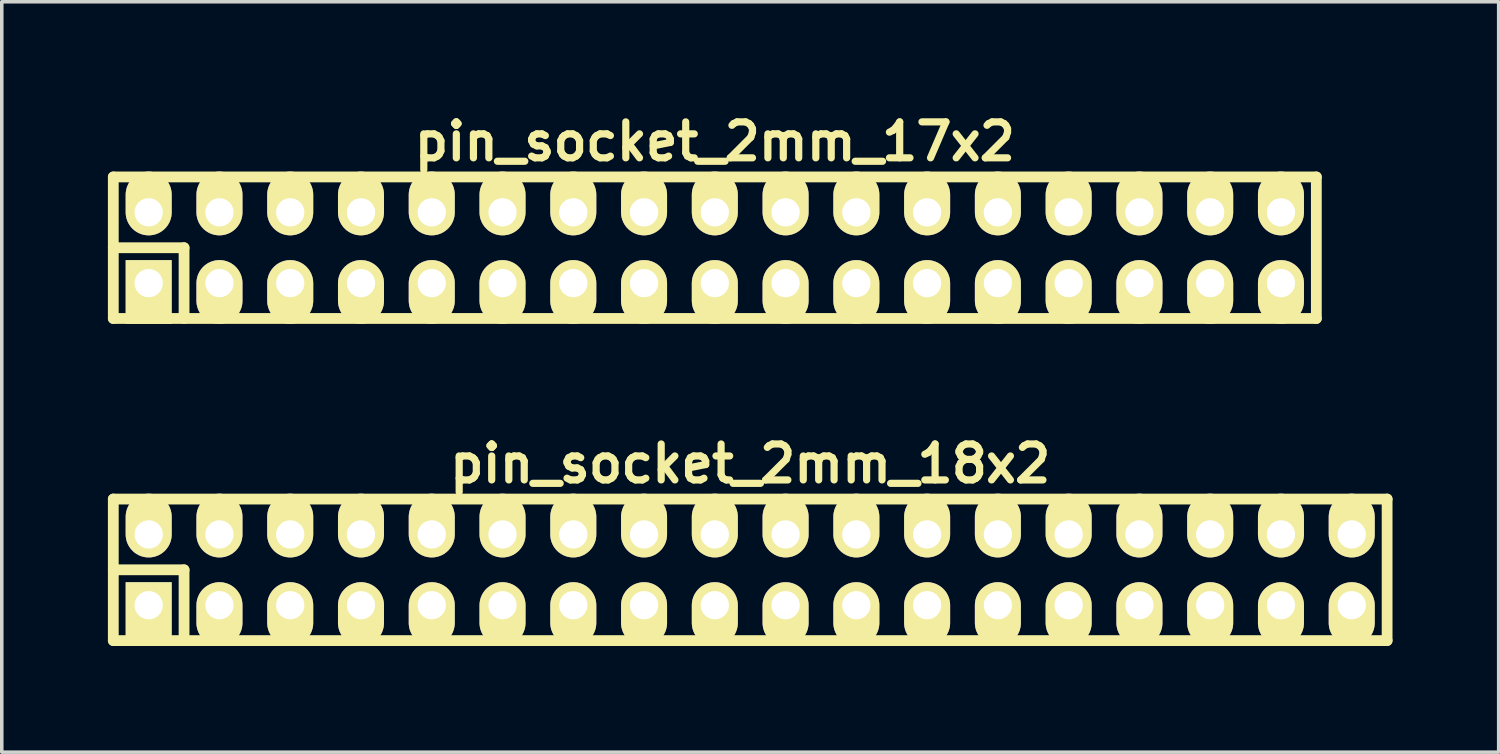
<source format=kicad_pcb>
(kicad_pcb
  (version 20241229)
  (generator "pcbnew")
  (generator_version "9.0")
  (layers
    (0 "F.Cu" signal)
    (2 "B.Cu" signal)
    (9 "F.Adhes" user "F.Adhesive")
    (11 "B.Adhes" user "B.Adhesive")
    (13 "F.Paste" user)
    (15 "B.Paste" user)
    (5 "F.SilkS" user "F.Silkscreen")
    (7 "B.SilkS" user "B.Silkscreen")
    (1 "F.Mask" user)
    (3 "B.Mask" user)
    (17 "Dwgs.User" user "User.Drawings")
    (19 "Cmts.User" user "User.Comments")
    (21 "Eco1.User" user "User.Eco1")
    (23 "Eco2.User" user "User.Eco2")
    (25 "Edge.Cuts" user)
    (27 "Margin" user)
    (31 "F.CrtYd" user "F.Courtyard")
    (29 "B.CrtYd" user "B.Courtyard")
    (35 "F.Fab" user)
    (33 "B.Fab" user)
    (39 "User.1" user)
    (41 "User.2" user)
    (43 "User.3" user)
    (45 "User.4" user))
  (footprint "pin_socket_2mm_18x2"
    (layer "F.Cu")
    (at 18.152 13.054)
    (property "Reference" "pin_socket_2mm_18x2" (at 0 -3 0) (layer "F.SilkS") (effects (font (size 1.016 1.016) (thickness 0.203))))
    (attr through_hole)
    (fp_line (start -18 -2) (end 18 -2) (stroke (width 0.305) (type solid)) (layer "F.SilkS"))
    (fp_line (start -18 0) (end -16 0) (stroke (width 0.305) (type solid)) (layer "F.SilkS"))
    (fp_line (start -18 2) (end -18 -2) (stroke (width 0.305) (type solid)) (layer "F.SilkS"))
    (fp_line (start -16 0) (end -16 2) (stroke (width 0.305) (type solid)) (layer "F.SilkS"))
    (fp_line (start 18 -2) (end 18 2) (stroke (width 0.305) (type solid)) (layer "F.SilkS"))
    (fp_line (start 18 2) (end -18 2) (stroke (width 0.305) (type solid)) (layer "F.SilkS"))
    (pad "1" thru_hole rect (at -17 1) (size 1.3 1.8) (drill 0.8 (offset 0 0.25)) (layers "*.Cu" "*.Mask" "F.SilkS"))
    (pad "2" thru_hole oval (at -17 -1) (size 1.3 1.8) (drill 0.8 (offset 0 -0.25)) (layers "*.Cu" "*.Mask" "F.SilkS"))
    (pad "3" thru_hole oval (at -15 1) (size 1.3 1.8) (drill 0.8 (offset 0 0.25)) (layers "*.Cu" "*.Mask" "F.SilkS"))
    (pad "4" thru_hole oval (at -15 -1) (size 1.3 1.8) (drill 0.8 (offset 0 -0.25)) (layers "*.Cu" "*.Mask" "F.SilkS"))
    (pad "5" thru_hole oval (at -13 1) (size 1.3 1.8) (drill 0.8 (offset 0 0.25)) (layers "*.Cu" "*.Mask" "F.SilkS"))
    (pad "6" thru_hole oval (at -13 -1) (size 1.3 1.8) (drill 0.8 (offset 0 -0.25)) (layers "*.Cu" "*.Mask" "F.SilkS"))
    (pad "7" thru_hole oval (at -11 1) (size 1.3 1.8) (drill 0.8 (offset 0 0.25)) (layers "*.Cu" "*.Mask" "F.SilkS"))
    (pad "8" thru_hole oval (at -11 -1) (size 1.3 1.8) (drill 0.8 (offset 0 -0.25)) (layers "*.Cu" "*.Mask" "F.SilkS"))
    (pad "9" thru_hole oval (at -9 1) (size 1.3 1.8) (drill 0.8 (offset 0 0.25)) (layers "*.Cu" "*.Mask" "F.SilkS"))
    (pad "10" thru_hole oval (at -9 -1) (size 1.3 1.8) (drill 0.8 (offset 0 -0.25)) (layers "*.Cu" "*.Mask" "F.SilkS"))
    (pad "11" thru_hole oval (at -7 1) (size 1.3 1.8) (drill 0.8 (offset 0 0.25)) (layers "*.Cu" "*.Mask" "F.SilkS"))
    (pad "12" thru_hole oval (at -7 -1) (size 1.3 1.8) (drill 0.8 (offset 0 -0.25)) (layers "*.Cu" "*.Mask" "F.SilkS"))
    (pad "13" thru_hole oval (at -5 1) (size 1.3 1.8) (drill 0.8 (offset 0 0.25)) (layers "*.Cu" "*.Mask" "F.SilkS"))
    (pad "14" thru_hole oval (at -5 -1) (size 1.3 1.8) (drill 0.8 (offset 0 -0.25)) (layers "*.Cu" "*.Mask" "F.SilkS"))
    (pad "15" thru_hole oval (at -3 1) (size 1.3 1.8) (drill 0.8 (offset 0 0.25)) (layers "*.Cu" "*.Mask" "F.SilkS"))
    (pad "16" thru_hole oval (at -3 -1) (size 1.3 1.8) (drill 0.8 (offset 0 -0.25)) (layers "*.Cu" "*.Mask" "F.SilkS"))
    (pad "17" thru_hole oval (at -1 1) (size 1.3 1.8) (drill 0.8 (offset 0 0.25)) (layers "*.Cu" "*.Mask" "F.SilkS"))
    (pad "18" thru_hole oval (at -1 -1) (size 1.3 1.8) (drill 0.8 (offset 0 -0.25)) (layers "*.Cu" "*.Mask" "F.SilkS"))
    (pad "19" thru_hole oval (at 1 1) (size 1.3 1.8) (drill 0.8 (offset 0 0.25)) (layers "*.Cu" "*.Mask" "F.SilkS"))
    (pad "20" thru_hole oval (at 1 -1) (size 1.3 1.8) (drill 0.8 (offset 0 -0.25)) (layers "*.Cu" "*.Mask" "F.SilkS"))
    (pad "21" thru_hole oval (at 3 1) (size 1.3 1.8) (drill 0.8 (offset 0 0.25)) (layers "*.Cu" "*.Mask" "F.SilkS"))
    (pad "22" thru_hole oval (at 3 -1) (size 1.3 1.8) (drill 0.8 (offset 0 -0.25)) (layers "*.Cu" "*.Mask" "F.SilkS"))
    (pad "23" thru_hole oval (at 5 1) (size 1.3 1.8) (drill 0.8 (offset 0 0.25)) (layers "*.Cu" "*.Mask" "F.SilkS"))
    (pad "24" thru_hole oval (at 5 -1) (size 1.3 1.8) (drill 0.8 (offset 0 -0.25)) (layers "*.Cu" "*.Mask" "F.SilkS"))
    (pad "25" thru_hole oval (at 7 1) (size 1.3 1.8) (drill 0.8 (offset 0 0.25)) (layers "*.Cu" "*.Mask" "F.SilkS"))
    (pad "26" thru_hole oval (at 7 -1) (size 1.3 1.8) (drill 0.8 (offset 0 -0.25)) (layers "*.Cu" "*.Mask" "F.SilkS"))
    (pad "27" thru_hole oval (at 9 1) (size 1.3 1.8) (drill 0.8 (offset 0 0.25)) (layers "*.Cu" "*.Mask" "F.SilkS"))
    (pad "28" thru_hole oval (at 9 -1) (size 1.3 1.8) (drill 0.8 (offset 0 -0.25)) (layers "*.Cu" "*.Mask" "F.SilkS"))
    (pad "29" thru_hole oval (at 11 1) (size 1.3 1.8) (drill 0.8 (offset 0 0.25)) (layers "*.Cu" "*.Mask" "F.SilkS"))
    (pad "30" thru_hole oval (at 11 -1) (size 1.3 1.8) (drill 0.8 (offset 0 -0.25)) (layers "*.Cu" "*.Mask" "F.SilkS"))
    (pad "31" thru_hole oval (at 13 1) (size 1.3 1.8) (drill 0.8 (offset 0 0.25)) (layers "*.Cu" "*.Mask" "F.SilkS"))
    (pad "32" thru_hole oval (at 13 -1) (size 1.3 1.8) (drill 0.8 (offset 0 -0.25)) (layers "*.Cu" "*.Mask" "F.SilkS"))
    (pad "33" thru_hole oval (at 15 1) (size 1.3 1.8) (drill 0.8 (offset 0 0.25)) (layers "*.Cu" "*.Mask" "F.SilkS"))
    (pad "34" thru_hole oval (at 15 -1) (size 1.3 1.8) (drill 0.8 (offset 0 -0.25)) (layers "*.Cu" "*.Mask" "F.SilkS"))
    (pad "35" thru_hole oval (at 17 1) (size 1.3 1.8) (drill 0.8 (offset 0 0.25)) (layers "*.Cu" "*.Mask" "F.SilkS"))
    (pad "36" thru_hole oval (at 17 -1) (size 1.3 1.8) (drill 0.8 (offset 0 -0.25)) (layers "*.Cu" "*.Mask" "F.SilkS")))
  (footprint "pin_socket_2mm_17x2"
    (layer "F.Cu")
    (at 17.152 3.951)
    (property "Reference" "pin_socket_2mm_17x2" (at 0 -3 0) (layer "F.SilkS") (effects (font (size 1.016 1.016) (thickness 0.203))))
    (attr through_hole)
    (fp_line (start -17 -2) (end 17 -2) (stroke (width 0.305) (type solid)) (layer "F.SilkS"))
    (fp_line (start -17 0) (end -15 0) (stroke (width 0.305) (type solid)) (layer "F.SilkS"))
    (fp_line (start -17 2) (end -17 -2) (stroke (width 0.305) (type solid)) (layer "F.SilkS"))
    (fp_line (start -15 0) (end -15 2) (stroke (width 0.305) (type solid)) (layer "F.SilkS"))
    (fp_line (start 17 -2) (end 17 2) (stroke (width 0.305) (type solid)) (layer "F.SilkS"))
    (fp_line (start 17 2) (end -17 2) (stroke (width 0.305) (type solid)) (layer "F.SilkS"))
    (pad "1" thru_hole rect (at -16 1) (size 1.3 1.8) (drill 0.8 (offset 0 0.25)) (layers "*.Cu" "*.Mask" "F.SilkS"))
    (pad "2" thru_hole oval (at -16 -1) (size 1.3 1.8) (drill 0.8 (offset 0 -0.25)) (layers "*.Cu" "*.Mask" "F.SilkS"))
    (pad "3" thru_hole oval (at -14 1) (size 1.3 1.8) (drill 0.8 (offset 0 0.25)) (layers "*.Cu" "*.Mask" "F.SilkS"))
    (pad "4" thru_hole oval (at -14 -1) (size 1.3 1.8) (drill 0.8 (offset 0 -0.25)) (layers "*.Cu" "*.Mask" "F.SilkS"))
    (pad "5" thru_hole oval (at -12 1) (size 1.3 1.8) (drill 0.8 (offset 0 0.25)) (layers "*.Cu" "*.Mask" "F.SilkS"))
    (pad "6" thru_hole oval (at -12 -1) (size 1.3 1.8) (drill 0.8 (offset 0 -0.25)) (layers "*.Cu" "*.Mask" "F.SilkS"))
    (pad "7" thru_hole oval (at -10 1) (size 1.3 1.8) (drill 0.8 (offset 0 0.25)) (layers "*.Cu" "*.Mask" "F.SilkS"))
    (pad "8" thru_hole oval (at -10 -1) (size 1.3 1.8) (drill 0.8 (offset 0 -0.25)) (layers "*.Cu" "*.Mask" "F.SilkS"))
    (pad "9" thru_hole oval (at -8 1) (size 1.3 1.8) (drill 0.8 (offset 0 0.25)) (layers "*.Cu" "*.Mask" "F.SilkS"))
    (pad "10" thru_hole oval (at -8 -1) (size 1.3 1.8) (drill 0.8 (offset 0 -0.25)) (layers "*.Cu" "*.Mask" "F.SilkS"))
    (pad "11" thru_hole oval (at -6 1) (size 1.3 1.8) (drill 0.8 (offset 0 0.25)) (layers "*.Cu" "*.Mask" "F.SilkS"))
    (pad "12" thru_hole oval (at -6 -1) (size 1.3 1.8) (drill 0.8 (offset 0 -0.25)) (layers "*.Cu" "*.Mask" "F.SilkS"))
    (pad "13" thru_hole oval (at -4 1) (size 1.3 1.8) (drill 0.8 (offset 0 0.25)) (layers "*.Cu" "*.Mask" "F.SilkS"))
    (pad "14" thru_hole oval (at -4 -1) (size 1.3 1.8) (drill 0.8 (offset 0 -0.25)) (layers "*.Cu" "*.Mask" "F.SilkS"))
    (pad "15" thru_hole oval (at -2 1) (size 1.3 1.8) (drill 0.8 (offset 0 0.25)) (layers "*.Cu" "*.Mask" "F.SilkS"))
    (pad "16" thru_hole oval (at -2 -1) (size 1.3 1.8) (drill 0.8 (offset 0 -0.25)) (layers "*.Cu" "*.Mask" "F.SilkS"))
    (pad "17" thru_hole oval (at 0 1) (size 1.3 1.8) (drill 0.8 (offset 0 0.25)) (layers "*.Cu" "*.Mask" "F.SilkS"))
    (pad "18" thru_hole oval (at 0 -1) (size 1.3 1.8) (drill 0.8 (offset 0 -0.25)) (layers "*.Cu" "*.Mask" "F.SilkS"))
    (pad "19" thru_hole oval (at 2 1) (size 1.3 1.8) (drill 0.8 (offset 0 0.25)) (layers "*.Cu" "*.Mask" "F.SilkS"))
    (pad "20" thru_hole oval (at 2 -1) (size 1.3 1.8) (drill 0.8 (offset 0 -0.25)) (layers "*.Cu" "*.Mask" "F.SilkS"))
    (pad "21" thru_hole oval (at 4 1) (size 1.3 1.8) (drill 0.8 (offset 0 0.25)) (layers "*.Cu" "*.Mask" "F.SilkS"))
    (pad "22" thru_hole oval (at 4 -1) (size 1.3 1.8) (drill 0.8 (offset 0 -0.25)) (layers "*.Cu" "*.Mask" "F.SilkS"))
    (pad "23" thru_hole oval (at 6 1) (size 1.3 1.8) (drill 0.8 (offset 0 0.25)) (layers "*.Cu" "*.Mask" "F.SilkS"))
    (pad "24" thru_hole oval (at 6 -1) (size 1.3 1.8) (drill 0.8 (offset 0 -0.25)) (layers "*.Cu" "*.Mask" "F.SilkS"))
    (pad "25" thru_hole oval (at 8 1) (size 1.3 1.8) (drill 0.8 (offset 0 0.25)) (layers "*.Cu" "*.Mask" "F.SilkS"))
    (pad "26" thru_hole oval (at 8 -1) (size 1.3 1.8) (drill 0.8 (offset 0 -0.25)) (layers "*.Cu" "*.Mask" "F.SilkS"))
    (pad "27" thru_hole oval (at 10 1) (size 1.3 1.8) (drill 0.8 (offset 0 0.25)) (layers "*.Cu" "*.Mask" "F.SilkS"))
    (pad "28" thru_hole oval (at 10 -1) (size 1.3 1.8) (drill 0.8 (offset 0 -0.25)) (layers "*.Cu" "*.Mask" "F.SilkS"))
    (pad "29" thru_hole oval (at 12 1) (size 1.3 1.8) (drill 0.8 (offset 0 0.25)) (layers "*.Cu" "*.Mask" "F.SilkS"))
    (pad "30" thru_hole oval (at 12 -1) (size 1.3 1.8) (drill 0.8 (offset 0 -0.25)) (layers "*.Cu" "*.Mask" "F.SilkS"))
    (pad "31" thru_hole oval (at 14 1) (size 1.3 1.8) (drill 0.8 (offset 0 0.25)) (layers "*.Cu" "*.Mask" "F.SilkS"))
    (pad "32" thru_hole oval (at 14 -1) (size 1.3 1.8) (drill 0.8 (offset 0 -0.25)) (layers "*.Cu" "*.Mask" "F.SilkS"))
    (pad "33" thru_hole oval (at 16 1) (size 1.3 1.8) (drill 0.8 (offset 0 0.25)) (layers "*.Cu" "*.Mask" "F.SilkS"))
    (pad "34" thru_hole oval (at 16 -1) (size 1.3 1.8) (drill 0.8 (offset 0 -0.25)) (layers "*.Cu" "*.Mask" "F.SilkS")))
  (gr_rect
    (start -3 -3)
    (end 39.305 18.207)
    (stroke (width 0.1) (type default))
    (fill no)
    (layer "Edge.Cuts")))
</source>
